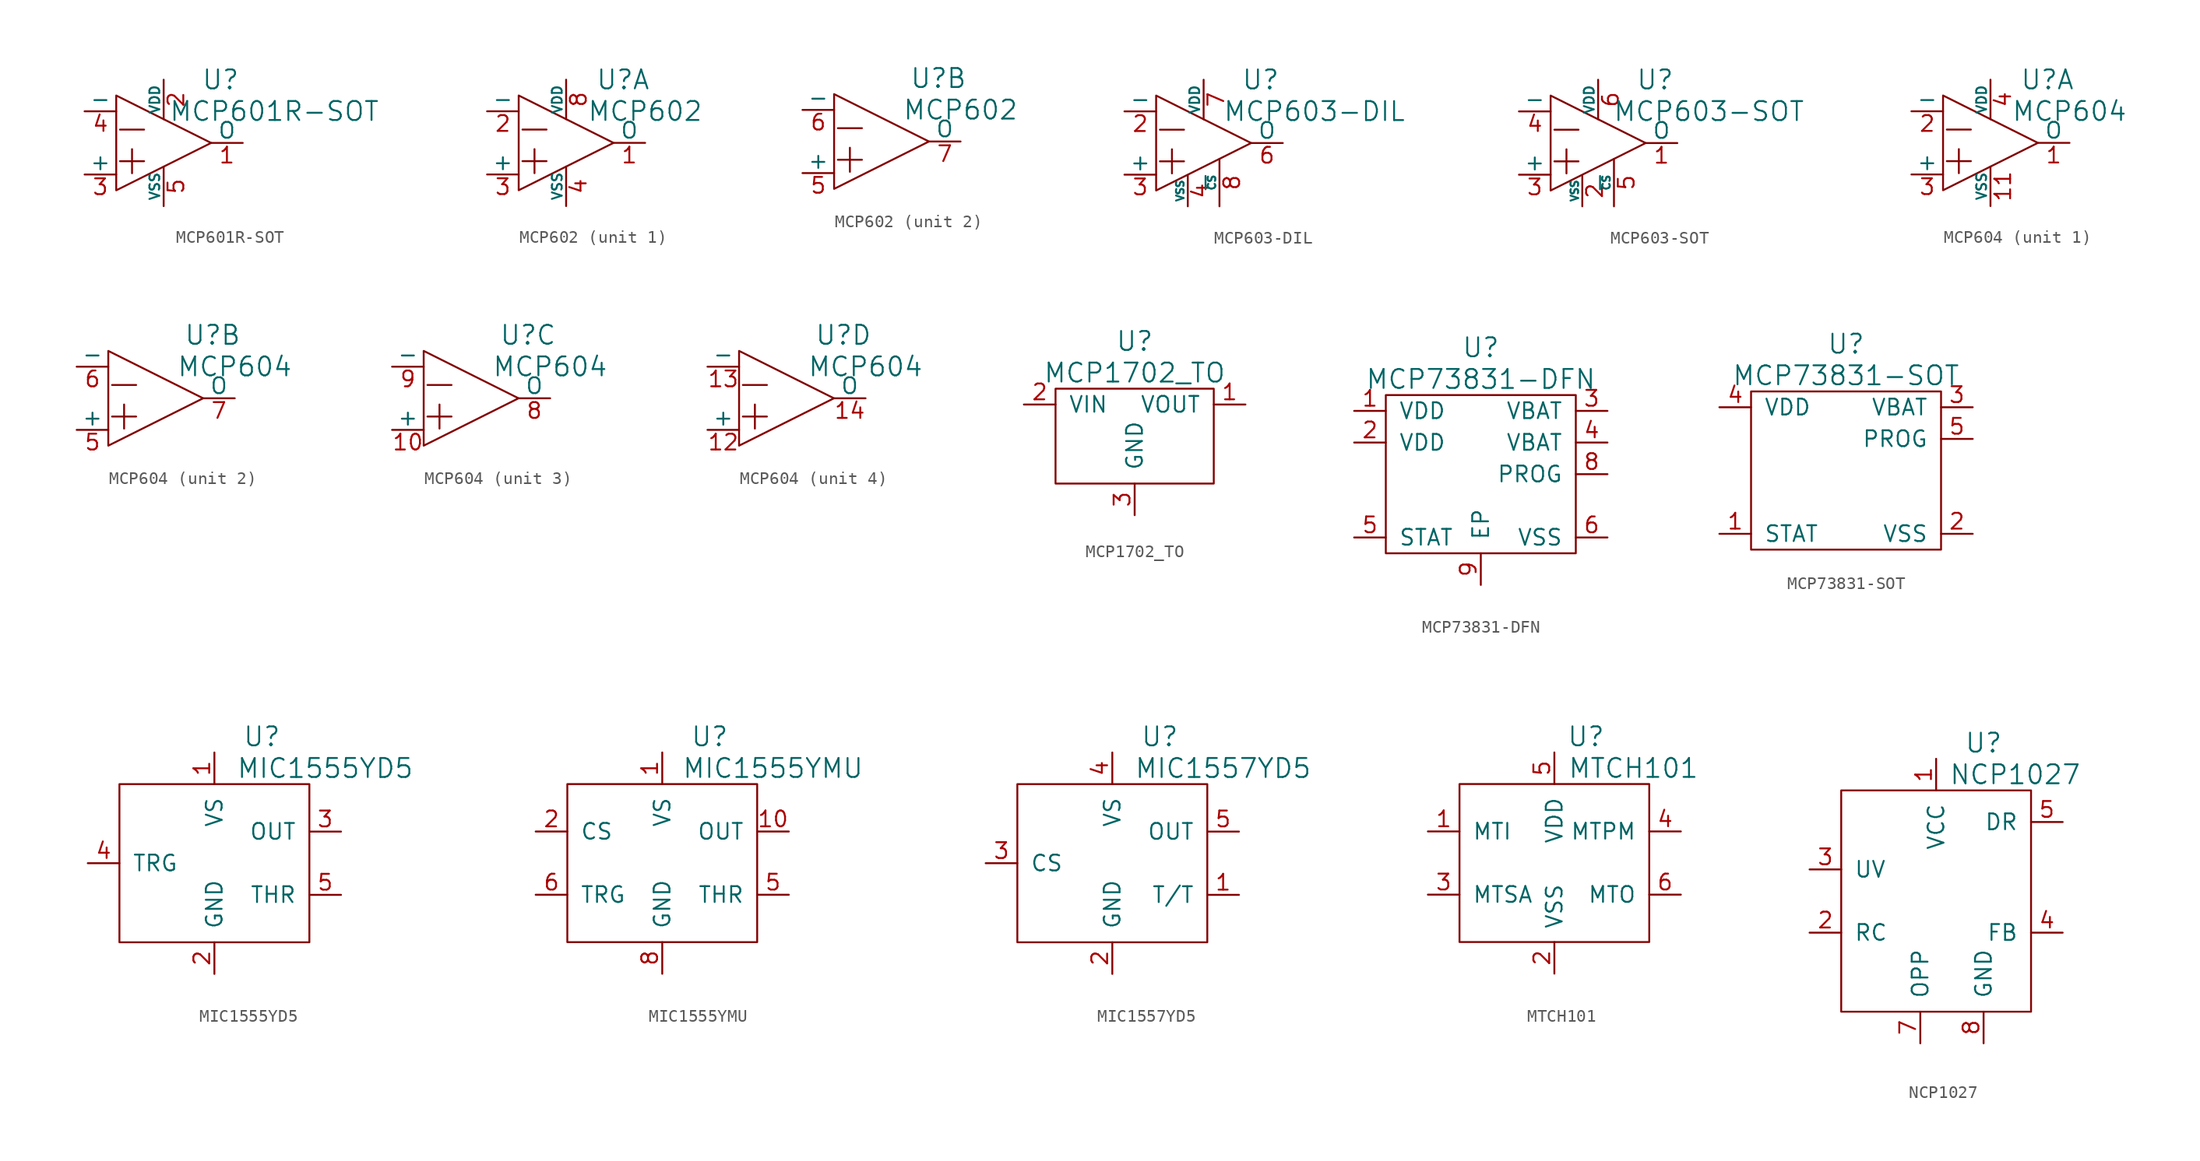
<source format=kicad_sym>
(kicad_symbol_lib
  (version 20220914)
  (generator kicad_symbol_editor)
  (symbol "MCP601R-SOT"
    (pin_names
      (offset 0))
    (property "Reference" "U"
      (at 4.572 5.08 0)
      (effects (font (size 1.524 1.524))))
    (property "Value" "MCP601R-SOT"
      (at 8.89 2.54 0)
      (effects (font (size 1.524 1.524))))
    (property "Footprint" ""
      (at 0 0 0)
      (effects (font (size 1.524 1.524))))
    (property "Datasheet" ""
      (at 0 0 0)
      (effects (font (size 1.524 1.524))))
    (symbol "MCP601R-SOT_0_0"
      (polyline (pts (xy -3.81 3.81) (xy -3.81 -3.81) (xy 3.81 0) (xy -3.81 3.81) (xy -3.81 3.81)) (stroke (width 0) (type solid)) (fill (type none)))
      (text "+" (at -2.54 -1.27 0) (effects (font (size 2.54 2.54))))
      (text "-" (at -2.54 1.27 0) (effects (font (size 2.54 2.54)))))
    (symbol "MCP601R-SOT_1_1"
      (pin passive line (at 6.35 0 180) (length 2.54) (name "O" (effects (font (size 1.27 1.27)))) (number "1" (effects (font (size 1.27 1.27)))))
      (pin passive line (at 0 5.08 270) (length 3.175) (name "VDD" (effects (font (size 0.787 0.787)))) (number "2" (effects (font (size 1.27 1.27)))))
      (pin passive line (at -6.35 -2.54 0) (length 2.54) (name "+" (effects (font (size 1.27 1.27)))) (number "3" (effects (font (size 1.27 1.27)))))
      (pin passive line (at -6.35 2.54 0) (length 2.54) (name "-" (effects (font (size 1.27 1.27)))) (number "4" (effects (font (size 1.27 1.27)))))
      (pin passive line (at 0 -5.08 90) (length 3.175) (name "VSS" (effects (font (size 0.787 0.787)))) (number "5" (effects (font (size 1.27 1.27)))))))
  (symbol "MCP602"
    (pin_names
      (offset 0))
    (property "Reference" "U"
      (at 4.572 5.08 0)
      (effects (font (size 1.524 1.524))))
    (property "Value" "MCP602"
      (at 6.35 2.54 0)
      (effects (font (size 1.524 1.524))))
    (property "Footprint" ""
      (at 0 0 0)
      (effects (font (size 1.524 1.524))))
    (property "Datasheet" ""
      (at 0 0 0)
      (effects (font (size 1.524 1.524))))
    (symbol "MCP602_0_0"
      (polyline (pts (xy -3.81 3.81) (xy -3.81 -3.81) (xy 3.81 0) (xy -3.81 3.81) (xy -3.81 3.81)) (stroke (width 0) (type solid)) (fill (type none)))
      (text "+" (at -2.54 -1.27 0) (effects (font (size 2.54 2.54))))
      (text "-" (at -2.54 1.27 0) (effects (font (size 2.54 2.54)))))
    (symbol "MCP602_1_1"
      (pin passive line (at 6.35 0 180) (length 2.54) (name "O" (effects (font (size 1.27 1.27)))) (number "1" (effects (font (size 1.27 1.27)))))
      (pin passive line (at -6.35 2.54 0) (length 2.54) (name "-" (effects (font (size 1.27 1.27)))) (number "2" (effects (font (size 1.27 1.27)))))
      (pin passive line (at -6.35 -2.54 0) (length 2.54) (name "+" (effects (font (size 1.27 1.27)))) (number "3" (effects (font (size 1.27 1.27)))))
      (pin passive line (at 0 -5.08 90) (length 3.175) (name "VSS" (effects (font (size 0.787 0.787)))) (number "4" (effects (font (size 1.27 1.27)))))
      (pin passive line (at 0 5.08 270) (length 3.175) (name "VDD" (effects (font (size 0.787 0.787)))) (number "8" (effects (font (size 1.27 1.27))))))
    (symbol "MCP602_2_1"
      (pin passive line (at -6.35 -2.54 0) (length 2.54) (name "+" (effects (font (size 1.27 1.27)))) (number "5" (effects (font (size 1.27 1.27)))))
      (pin passive line (at -6.35 2.54 0) (length 2.54) (name "-" (effects (font (size 1.27 1.27)))) (number "6" (effects (font (size 1.27 1.27)))))
      (pin passive line (at 6.35 0 180) (length 2.54) (name "O" (effects (font (size 1.27 1.27)))) (number "7" (effects (font (size 1.27 1.27)))))))
  (symbol "MCP603-DIL"
    (pin_names
      (offset 0))
    (property "Reference" "U"
      (at 4.572 5.08 0)
      (effects (font (size 1.524 1.524))))
    (property "Value" "MCP603-DIL"
      (at 8.89 2.54 0)
      (effects (font (size 1.524 1.524))))
    (property "Footprint" ""
      (at 0 0 0)
      (effects (font (size 1.524 1.524))))
    (property "Datasheet" ""
      (at 0 0 0)
      (effects (font (size 1.524 1.524))))
    (symbol "MCP603-DIL_0_0"
      (polyline (pts (xy -3.81 3.81) (xy -3.81 -3.81) (xy 3.81 0) (xy -3.81 3.81) (xy -3.81 3.81)) (stroke (width 0) (type solid)) (fill (type none)))
      (text "+" (at -2.54 -1.27 0) (effects (font (size 2.54 2.54))))
      (text "-" (at -2.54 1.27 0) (effects (font (size 2.54 2.54)))))
    (symbol "MCP603-DIL_1_1"
      (pin passive line (at -6.35 2.54 0) (length 2.54) (name "-" (effects (font (size 1.27 1.27)))) (number "2" (effects (font (size 1.27 1.27)))))
      (pin passive line (at -6.35 -2.54 0) (length 2.54) (name "+" (effects (font (size 1.27 1.27)))) (number "3" (effects (font (size 1.27 1.27)))))
      (pin passive line (at -1.27 -5.08 90) (length 2.489) (name "VSS" (effects (font (size 0.61 0.61)))) (number "4" (effects (font (size 1.27 1.27)))))
      (pin passive line (at 6.35 0 180) (length 2.54) (name "O" (effects (font (size 1.27 1.27)))) (number "6" (effects (font (size 1.27 1.27)))))
      (pin passive line (at 0 5.08 270) (length 3.175) (name "VDD" (effects (font (size 0.787 0.787)))) (number "7" (effects (font (size 1.27 1.27)))))
      (pin passive line (at 1.27 -5.08 90) (length 3.81) (name "~{CS}" (effects (font (size 0.61 0.61)))) (number "8" (effects (font (size 1.27 1.27)))))))
  (symbol "MCP603-SOT"
    (pin_names
      (offset 0))
    (property "Reference" "U"
      (at 4.572 5.08 0)
      (effects (font (size 1.524 1.524))))
    (property "Value" "MCP603-SOT"
      (at 8.89 2.54 0)
      (effects (font (size 1.524 1.524))))
    (property "Footprint" ""
      (at 0 0 0)
      (effects (font (size 1.524 1.524))))
    (property "Datasheet" ""
      (at 0 0 0)
      (effects (font (size 1.524 1.524))))
    (symbol "MCP603-SOT_0_0"
      (polyline (pts (xy -3.81 3.81) (xy -3.81 -3.81) (xy 3.81 0) (xy -3.81 3.81) (xy -3.81 3.81)) (stroke (width 0) (type solid)) (fill (type none)))
      (text "+" (at -2.54 -1.27 0) (effects (font (size 2.54 2.54))))
      (text "-" (at -2.54 1.27 0) (effects (font (size 2.54 2.54)))))
    (symbol "MCP603-SOT_1_1"
      (pin passive line (at 6.35 0 180) (length 2.54) (name "O" (effects (font (size 1.27 1.27)))) (number "1" (effects (font (size 1.27 1.27)))))
      (pin passive line (at -1.27 -5.08 90) (length 2.489) (name "VSS" (effects (font (size 0.61 0.61)))) (number "2" (effects (font (size 1.27 1.27)))))
      (pin passive line (at -6.35 -2.54 0) (length 2.54) (name "+" (effects (font (size 1.27 1.27)))) (number "3" (effects (font (size 1.27 1.27)))))
      (pin passive line (at -6.35 2.54 0) (length 2.54) (name "-" (effects (font (size 1.27 1.27)))) (number "4" (effects (font (size 1.27 1.27)))))
      (pin passive line (at 1.27 -5.08 90) (length 3.81) (name "~{CS}" (effects (font (size 0.61 0.61)))) (number "5" (effects (font (size 1.27 1.27)))))
      (pin passive line (at 0 5.08 270) (length 3.175) (name "VDD" (effects (font (size 0.787 0.787)))) (number "6" (effects (font (size 1.27 1.27)))))))
  (symbol "MCP604"
    (pin_names
      (offset 0))
    (property "Reference" "U"
      (at 4.572 5.08 0)
      (effects (font (size 1.524 1.524))))
    (property "Value" "MCP604"
      (at 6.35 2.54 0)
      (effects (font (size 1.524 1.524))))
    (property "Footprint" ""
      (at 0 0 0)
      (effects (font (size 1.524 1.524))))
    (property "Datasheet" ""
      (at 0 0 0)
      (effects (font (size 1.524 1.524))))
    (symbol "MCP604_0_0"
      (polyline (pts (xy -3.81 3.81) (xy -3.81 -3.81) (xy 3.81 0) (xy -3.81 3.81) (xy -3.81 3.81)) (stroke (width 0) (type solid)) (fill (type none)))
      (text "+" (at -2.54 -1.27 0) (effects (font (size 2.54 2.54))))
      (text "-" (at -2.54 1.27 0) (effects (font (size 2.54 2.54)))))
    (symbol "MCP604_1_1"
      (pin passive line (at 6.35 0 180) (length 2.54) (name "O" (effects (font (size 1.27 1.27)))) (number "1" (effects (font (size 1.27 1.27)))))
      (pin passive line (at 0 -5.08 90) (length 3.175) (name "VSS" (effects (font (size 0.787 0.787)))) (number "11" (effects (font (size 1.27 1.27)))))
      (pin passive line (at -6.35 2.54 0) (length 2.54) (name "-" (effects (font (size 1.27 1.27)))) (number "2" (effects (font (size 1.27 1.27)))))
      (pin passive line (at -6.35 -2.54 0) (length 2.54) (name "+" (effects (font (size 1.27 1.27)))) (number "3" (effects (font (size 1.27 1.27)))))
      (pin passive line (at 0 5.08 270) (length 3.175) (name "VDD" (effects (font (size 0.787 0.787)))) (number "4" (effects (font (size 1.27 1.27))))))
    (symbol "MCP604_2_1"
      (pin passive line (at -6.35 -2.54 0) (length 2.54) (name "+" (effects (font (size 1.27 1.27)))) (number "5" (effects (font (size 1.27 1.27)))))
      (pin passive line (at -6.35 2.54 0) (length 2.54) (name "-" (effects (font (size 1.27 1.27)))) (number "6" (effects (font (size 1.27 1.27)))))
      (pin passive line (at 6.35 0 180) (length 2.54) (name "O" (effects (font (size 1.27 1.27)))) (number "7" (effects (font (size 1.27 1.27))))))
    (symbol "MCP604_3_1"
      (pin passive line (at -6.35 -2.54 0) (length 2.54) (name "+" (effects (font (size 1.27 1.27)))) (number "10" (effects (font (size 1.27 1.27)))))
      (pin passive line (at 6.35 0 180) (length 2.54) (name "O" (effects (font (size 1.27 1.27)))) (number "8" (effects (font (size 1.27 1.27)))))
      (pin passive line (at -6.35 2.54 0) (length 2.54) (name "-" (effects (font (size 1.27 1.27)))) (number "9" (effects (font (size 1.27 1.27))))))
    (symbol "MCP604_4_1"
      (pin passive line (at -6.35 -2.54 0) (length 2.54) (name "+" (effects (font (size 1.27 1.27)))) (number "12" (effects (font (size 1.27 1.27)))))
      (pin passive line (at -6.35 2.54 0) (length 2.54) (name "-" (effects (font (size 1.27 1.27)))) (number "13" (effects (font (size 1.27 1.27)))))
      (pin passive line (at 6.35 0 180) (length 2.54) (name "O" (effects (font (size 1.27 1.27)))) (number "14" (effects (font (size 1.27 1.27)))))))
  (symbol "MCP1702_TO"
    (pin_names
      (offset 1.016))
    (property "Reference" "U"
      (at 0 5.08 0)
      (effects (font (size 1.524 1.524))))
    (property "Value" "MCP1702_TO"
      (at 0 2.54 0)
      (effects (font (size 1.524 1.524))))
    (property "Footprint" ""
      (at 0 0 0)
      (effects (font (size 1.524 1.524))))
    (property "Datasheet" ""
      (at 0 0 0)
      (effects (font (size 1.524 1.524))))
    (symbol "MCP1702_TO_0_1"
      (rectangle (start -6.35 1.27) (end 6.35 -6.35) (stroke (width 0) (type solid)) (fill (type none))))
    (symbol "MCP1702_TO_1_1"
      (pin input line (at 8.89 0 180) (length 2.54) (name "VOUT" (effects (font (size 1.27 1.27)))) (number "1" (effects (font (size 1.27 1.27)))))
      (pin input line (at -8.89 0 0) (length 2.54) (name "VIN" (effects (font (size 1.27 1.27)))) (number "2" (effects (font (size 1.27 1.27)))))
      (pin input line (at 0 -8.89 90) (length 2.54) (name "GND" (effects (font (size 1.27 1.27)))) (number "3" (effects (font (size 1.27 1.27)))))))
  (symbol "MCP73831-DFN"
    (pin_names
      (offset 1.016))
    (property "Reference" "U"
      (at 0 10.16 0)
      (effects (font (size 1.524 1.524))))
    (property "Value" "MCP73831-DFN"
      (at 0 7.62 0)
      (effects (font (size 1.524 1.524))))
    (property "Footprint" ""
      (at 0 0 0)
      (effects (font (size 1.524 1.524))))
    (property "Datasheet" ""
      (at 0 0 0)
      (effects (font (size 1.524 1.524))))
    (symbol "MCP73831-DFN_0_1"
      (rectangle (start 7.62 6.35) (end -7.62 -6.35) (stroke (width 0) (type solid)) (fill (type none))))
    (symbol "MCP73831-DFN_1_1"
      (pin passive line (at -10.16 5.08 0) (length 2.54) (name "VDD" (effects (font (size 1.27 1.27)))) (number "1" (effects (font (size 1.27 1.27)))))
      (pin passive line (at -10.16 2.54 0) (length 2.54) (name "VDD" (effects (font (size 1.27 1.27)))) (number "2" (effects (font (size 1.27 1.27)))))
      (pin passive line (at 10.16 5.08 180) (length 2.54) (name "VBAT" (effects (font (size 1.27 1.27)))) (number "3" (effects (font (size 1.27 1.27)))))
      (pin passive line (at 10.16 2.54 180) (length 2.54) (name "VBAT" (effects (font (size 1.27 1.27)))) (number "4" (effects (font (size 1.27 1.27)))))
      (pin passive line (at -10.16 -5.08 0) (length 2.54) (name "STAT" (effects (font (size 1.27 1.27)))) (number "5" (effects (font (size 1.27 1.27)))))
      (pin passive line (at 10.16 -5.08 180) (length 2.54) (name "VSS" (effects (font (size 1.27 1.27)))) (number "6" (effects (font (size 1.27 1.27)))))
      (pin passive line (at 10.16 0 180) (length 2.54) (name "PROG" (effects (font (size 1.27 1.27)))) (number "8" (effects (font (size 1.27 1.27)))))
      (pin passive line (at 0 -8.89 90) (length 2.54) (name "EP" (effects (font (size 1.27 1.27)))) (number "9" (effects (font (size 1.27 1.27)))))))
  (symbol "MCP73831-SOT"
    (pin_names
      (offset 1.016))
    (property "Reference" "U"
      (at 0 10.16 0)
      (effects (font (size 1.524 1.524))))
    (property "Value" "MCP73831-SOT"
      (at 0 7.62 0)
      (effects (font (size 1.524 1.524))))
    (property "Footprint" ""
      (at 0 0 0)
      (effects (font (size 1.524 1.524))))
    (property "Datasheet" ""
      (at 0 0 0)
      (effects (font (size 1.524 1.524))))
    (symbol "MCP73831-SOT_0_1"
      (rectangle (start 7.62 6.35) (end -7.62 -6.35) (stroke (width 0) (type solid)) (fill (type none))))
    (symbol "MCP73831-SOT_1_1"
      (pin passive line (at -10.16 -5.08 0) (length 2.54) (name "STAT" (effects (font (size 1.27 1.27)))) (number "1" (effects (font (size 1.27 1.27)))))
      (pin passive line (at 10.16 -5.08 180) (length 2.54) (name "VSS" (effects (font (size 1.27 1.27)))) (number "2" (effects (font (size 1.27 1.27)))))
      (pin passive line (at 10.16 5.08 180) (length 2.54) (name "VBAT" (effects (font (size 1.27 1.27)))) (number "3" (effects (font (size 1.27 1.27)))))
      (pin passive line (at -10.16 5.08 0) (length 2.54) (name "VDD" (effects (font (size 1.27 1.27)))) (number "4" (effects (font (size 1.27 1.27)))))
      (pin passive line (at 10.16 2.54 180) (length 2.54) (name "PROG" (effects (font (size 1.27 1.27)))) (number "5" (effects (font (size 1.27 1.27)))))))
  (symbol "MIC1555YD5"
    (pin_names
      (offset 1.016))
    (property "Reference" "U"
      (at 3.81 10.16 0)
      (effects (font (size 1.524 1.524))))
    (property "Value" "MIC1555YD5"
      (at 8.89 7.62 0)
      (effects (font (size 1.524 1.524))))
    (property "Footprint" ""
      (at 0 0 0)
      (effects (font (size 1.524 1.524))))
    (property "Datasheet" ""
      (at 0 0 0)
      (effects (font (size 1.524 1.524))))
    (symbol "MIC1555YD5_0_1"
      (rectangle (start 7.62 6.35) (end -7.62 -6.35) (stroke (width 0) (type solid)) (fill (type none))))
    (symbol "MIC1555YD5_1_1"
      (pin passive line (at 0 8.89 270) (length 2.54) (name "VS" (effects (font (size 1.27 1.27)))) (number "1" (effects (font (size 1.27 1.27)))))
      (pin passive line (at 0 -8.89 90) (length 2.54) (name "GND" (effects (font (size 1.27 1.27)))) (number "2" (effects (font (size 1.27 1.27)))))
      (pin passive line (at 10.16 2.54 180) (length 2.54) (name "OUT" (effects (font (size 1.27 1.27)))) (number "3" (effects (font (size 1.27 1.27)))))
      (pin passive line (at -10.16 0 0) (length 2.54) (name "TRG" (effects (font (size 1.27 1.27)))) (number "4" (effects (font (size 1.27 1.27)))))
      (pin passive line (at 10.16 -2.54 180) (length 2.54) (name "THR" (effects (font (size 1.27 1.27)))) (number "5" (effects (font (size 1.27 1.27)))))))
  (symbol "MIC1555YMU"
    (pin_names
      (offset 1.016))
    (property "Reference" "U"
      (at 3.81 10.16 0)
      (effects (font (size 1.524 1.524))))
    (property "Value" "MIC1555YMU"
      (at 8.89 7.62 0)
      (effects (font (size 1.524 1.524))))
    (property "Footprint" ""
      (at 0 0 0)
      (effects (font (size 1.524 1.524))))
    (property "Datasheet" ""
      (at 0 0 0)
      (effects (font (size 1.524 1.524))))
    (symbol "MIC1555YMU_0_1"
      (rectangle (start 7.62 6.35) (end -7.62 -6.35) (stroke (width 0) (type solid)) (fill (type none))))
    (symbol "MIC1555YMU_1_1"
      (pin passive line (at 0 8.89 270) (length 2.54) (name "VS" (effects (font (size 1.27 1.27)))) (number "1" (effects (font (size 1.27 1.27)))))
      (pin passive line (at 10.16 2.54 180) (length 2.54) (name "OUT" (effects (font (size 1.27 1.27)))) (number "10" (effects (font (size 1.27 1.27)))))
      (pin passive line (at -10.16 2.54 0) (length 2.54) (name "CS" (effects (font (size 1.27 1.27)))) (number "2" (effects (font (size 1.27 1.27)))))
      (pin passive line (at 10.16 -2.54 180) (length 2.54) (name "THR" (effects (font (size 1.27 1.27)))) (number "5" (effects (font (size 1.27 1.27)))))
      (pin passive line (at -10.16 -2.54 0) (length 2.54) (name "TRG" (effects (font (size 1.27 1.27)))) (number "6" (effects (font (size 1.27 1.27)))))
      (pin passive line (at 0 -8.89 90) (length 2.54) (name "GND" (effects (font (size 1.27 1.27)))) (number "8" (effects (font (size 1.27 1.27)))))))
  (symbol "MIC1557YD5"
    (pin_names
      (offset 1.016))
    (property "Reference" "U"
      (at 3.81 10.16 0)
      (effects (font (size 1.524 1.524))))
    (property "Value" "MIC1557YD5"
      (at 8.89 7.62 0)
      (effects (font (size 1.524 1.524))))
    (property "Footprint" ""
      (at 0 0 0)
      (effects (font (size 1.524 1.524))))
    (property "Datasheet" ""
      (at 0 0 0)
      (effects (font (size 1.524 1.524))))
    (symbol "MIC1557YD5_0_1"
      (rectangle (start 7.62 6.35) (end -7.62 -6.35) (stroke (width 0) (type solid)) (fill (type none))))
    (symbol "MIC1557YD5_1_1"
      (pin passive line (at 10.16 -2.54 180) (length 2.54) (name "T/T" (effects (font (size 1.27 1.27)))) (number "1" (effects (font (size 1.27 1.27)))))
      (pin passive line (at 0 -8.89 90) (length 2.54) (name "GND" (effects (font (size 1.27 1.27)))) (number "2" (effects (font (size 1.27 1.27)))))
      (pin passive line (at -10.16 0 0) (length 2.54) (name "CS" (effects (font (size 1.27 1.27)))) (number "3" (effects (font (size 1.27 1.27)))))
      (pin passive line (at 0 8.89 270) (length 2.54) (name "VS" (effects (font (size 1.27 1.27)))) (number "4" (effects (font (size 1.27 1.27)))))
      (pin passive line (at 10.16 2.54 180) (length 2.54) (name "OUT" (effects (font (size 1.27 1.27)))) (number "5" (effects (font (size 1.27 1.27)))))))
  (symbol "MTCH101"
    (pin_names
      (offset 1.016))
    (property "Reference" "U"
      (at 2.54 10.16 0)
      (effects (font (size 1.524 1.524))))
    (property "Value" "MTCH101"
      (at 6.35 7.62 0)
      (effects (font (size 1.524 1.524))))
    (property "Footprint" ""
      (at 2.54 -6.35 0)
      (effects (font (size 1.524 1.524))))
    (property "Datasheet" ""
      (at 0 0 0)
      (effects (font (size 1.524 1.524))))
    (symbol "MTCH101_0_1"
      (rectangle (start -7.62 6.35) (end 7.62 -6.35) (stroke (width 0) (type solid)) (fill (type none))))
    (symbol "MTCH101_1_1"
      (pin passive line (at -10.16 2.54 0) (length 2.54) (name "MTI" (effects (font (size 1.27 1.27)))) (number "1" (effects (font (size 1.27 1.27)))))
      (pin passive line (at 0 -8.89 90) (length 2.54) (name "VSS" (effects (font (size 1.27 1.27)))) (number "2" (effects (font (size 1.27 1.27)))))
      (pin passive line (at -10.16 -2.54 0) (length 2.54) (name "MTSA" (effects (font (size 1.27 1.27)))) (number "3" (effects (font (size 1.27 1.27)))))
      (pin passive line (at 10.16 2.54 180) (length 2.54) (name "MTPM" (effects (font (size 1.27 1.27)))) (number "4" (effects (font (size 1.27 1.27)))))
      (pin passive line (at 0 8.89 270) (length 2.54) (name "VDD" (effects (font (size 1.27 1.27)))) (number "5" (effects (font (size 1.27 1.27)))))
      (pin passive line (at 10.16 -2.54 180) (length 2.54) (name "MTO" (effects (font (size 1.27 1.27)))) (number "6" (effects (font (size 1.27 1.27)))))))
  (symbol "NCP1027"
    (pin_names
      (offset 1.016))
    (property "Reference" "U"
      (at 3.81 12.7 0)
      (effects (font (size 1.524 1.524))))
    (property "Value" "NCP1027"
      (at 6.35 10.16 0)
      (effects (font (size 1.524 1.524))))
    (property "Footprint" ""
      (at 0 0 0)
      (effects (font (size 1.524 1.524))))
    (symbol "NCP1027_0_1"
      (rectangle (start -7.62 8.89) (end 7.62 -8.89) (stroke (width 0) (type solid)) (fill (type none))))
    (symbol "NCP1027_1_1"
      (pin passive line (at 0 11.43 270) (length 2.54) (name "VCC" (effects (font (size 1.27 1.27)))) (number "1" (effects (font (size 1.27 1.27)))))
      (pin passive line (at -10.16 -2.54 0) (length 2.54) (name "RC" (effects (font (size 1.27 1.27)))) (number "2" (effects (font (size 1.27 1.27)))))
      (pin passive line (at -10.16 2.54 0) (length 2.54) (name "UV" (effects (font (size 1.27 1.27)))) (number "3" (effects (font (size 1.27 1.27)))))
      (pin passive line (at 10.16 -2.54 180) (length 2.54) (name "FB" (effects (font (size 1.27 1.27)))) (number "4" (effects (font (size 1.27 1.27)))))
      (pin passive line (at 10.16 6.35 180) (length 2.54) (name "DR" (effects (font (size 1.27 1.27)))) (number "5" (effects (font (size 1.27 1.27)))))
      (pin passive line (at -1.27 -11.43 90) (length 2.54) (name "OPP" (effects (font (size 1.27 1.27)))) (number "7" (effects (font (size 1.27 1.27)))))
      (pin passive line (at 3.81 -11.43 90) (length 2.54) (name "GND" (effects (font (size 1.27 1.27)))) (number "8" (effects (font (size 1.27 1.27))))))))
</source>
